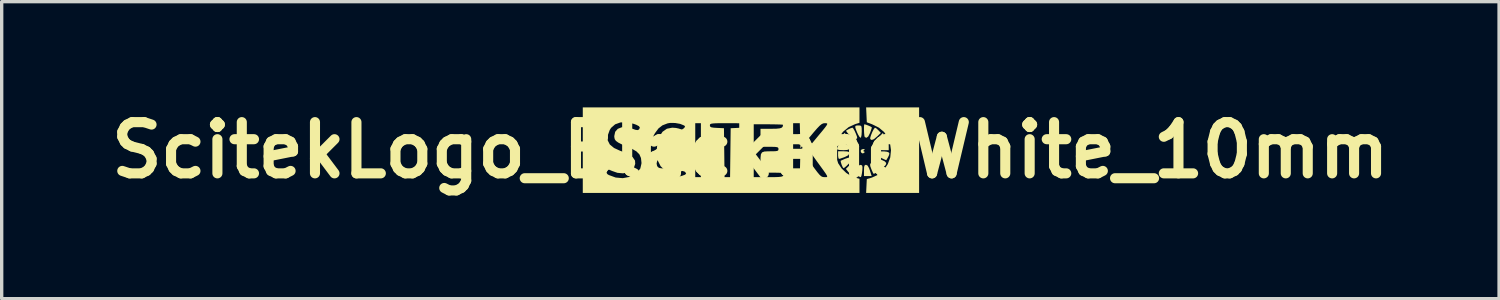
<source format=kicad_pcb>
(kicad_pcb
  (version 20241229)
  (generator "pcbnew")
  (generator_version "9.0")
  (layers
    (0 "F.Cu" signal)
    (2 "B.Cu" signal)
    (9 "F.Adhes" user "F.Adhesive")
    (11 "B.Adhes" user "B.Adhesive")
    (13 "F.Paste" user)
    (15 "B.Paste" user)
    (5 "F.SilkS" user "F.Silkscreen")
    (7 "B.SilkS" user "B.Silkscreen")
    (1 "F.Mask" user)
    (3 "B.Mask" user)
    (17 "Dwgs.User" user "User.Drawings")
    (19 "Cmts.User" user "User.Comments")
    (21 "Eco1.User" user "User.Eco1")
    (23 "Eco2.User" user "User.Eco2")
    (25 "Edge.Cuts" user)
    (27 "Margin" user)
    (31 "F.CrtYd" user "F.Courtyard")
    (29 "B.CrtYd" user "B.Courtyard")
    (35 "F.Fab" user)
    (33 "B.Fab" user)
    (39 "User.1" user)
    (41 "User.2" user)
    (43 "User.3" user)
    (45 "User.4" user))
  (footprint "ScitekLogo_BlackandWhite_10mm"
    (layer "F.Cu")
    (at 19.275 1.418)
    (property "Reference" "ScitekLogo_BlackandWhite_10mm" (at 0 0 0) (layer "F.SilkS") (effects (font (size 1.524 1.524) (thickness 0.3))))
    (attr board_only exclude_from_pos_files exclude_from_bom)
    (fp_poly (pts (xy 3.488 0.459) (xy 3.531 0.536) (xy 3.555 0.602) (xy 3.608 0.77) (xy 3.38 0.77) (xy 3.38 0.602) (xy 3.384 0.501) (xy 3.4 0.451) (xy 3.433 0.435) (xy 3.441 0.435)) (stroke (width 0) (type solid)) (fill yes) (layer "F.SilkS"))
    (fp_poly (pts (xy 3.404 -0.028) (xy 3.392 -0.008) (xy 3.38 0) (xy 3.351 0.027) (xy 3.374 0.033) (xy 3.401 0.052) (xy 3.397 0.067) (xy 3.348 0.099) (xy 3.302 0.078) (xy 3.279 0.022) (xy 3.309 -0.022) (xy 3.355 -0.033)) (stroke (width 0) (type solid)) (fill yes) (layer "F.SilkS"))
    (fp_poly (pts (xy 4.1 -0.214) (xy 4.114 -0.178) (xy 4.116 -0.119) (xy 4.116 0) (xy 3.954 0) (xy 3.855 -0.004) (xy 3.786 -0.015) (xy 3.77 -0.022) (xy 3.75 -0.067) (xy 3.787 -0.11) (xy 3.86 -0.146) (xy 3.985 -0.197) (xy 4.061 -0.22)) (stroke (width 0) (type solid)) (fill yes) (layer "F.SilkS"))
    (fp_poly (pts (xy 2.879 0.038) (xy 2.93 0.053) (xy 2.945 0.087) (xy 2.945 0.094) (xy 2.912 0.151) (xy 2.819 0.199) (xy 2.728 0.232) (xy 2.661 0.256) (xy 2.652 0.259) (xy 2.622 0.245) (xy 2.61 0.17) (xy 2.61 0.154) (xy 2.61 0.033) (xy 2.778 0.033)) (stroke (width 0) (type solid)) (fill yes) (layer "F.SilkS"))
    (fp_poly (pts (xy 3.117 0.359) (xy 3.136 0.402) (xy 3.124 0.474) (xy 3.098 0.55) (xy 3.059 0.643) (xy 3.024 0.706) (xy 3.012 0.719) (xy 2.975 0.708) (xy 2.921 0.657) (xy 2.913 0.647) (xy 2.842 0.556) (xy 2.96 0.438) (xy 3.037 0.368) (xy 3.088 0.346)) (stroke (width 0) (type solid)) (fill yes) (layer "F.SilkS"))
    (fp_poly (pts (xy 3.314 0.448) (xy 3.328 0.465) (xy 3.335 0.512) (xy 3.331 0.593) (xy 3.32 0.684) (xy 3.304 0.761) (xy 3.287 0.8) (xy 3.283 0.802) (xy 3.241 0.788) (xy 3.172 0.76) (xy 3.081 0.719) (xy 3.145 0.577) (xy 3.203 0.481) (xy 3.262 0.436)) (stroke (width 0) (type solid)) (fill yes) (layer "F.SilkS"))
    (fp_poly (pts (xy 3.749 -0.647) (xy 3.807 -0.594) (xy 3.809 -0.592) (xy 3.882 -0.515) (xy 3.771 -0.408) (xy 3.676 -0.328) (xy 3.609 -0.303) (xy 3.566 -0.331) (xy 3.568 -0.376) (xy 3.592 -0.454) (xy 3.629 -0.544) (xy 3.669 -0.622) (xy 3.703 -0.666) (xy 3.71 -0.669)) (stroke (width 0) (type solid)) (fill yes) (layer "F.SilkS"))
    (fp_poly (pts (xy 3.829 0.262) (xy 3.896 0.285) (xy 4.001 0.335) (xy 4.043 0.384) (xy 4.026 0.439) (xy 3.988 0.48) (xy 3.942 0.519) (xy 3.907 0.528) (xy 3.865 0.501) (xy 3.796 0.434) (xy 3.781 0.418) (xy 3.709 0.328) (xy 3.694 0.27) (xy 3.735 0.248)) (stroke (width 0) (type solid)) (fill yes) (layer "F.SilkS"))
    (fp_poly (pts (xy 2.925 -0.399) (xy 3.005 -0.313) (xy 3.031 -0.25) (xy 3.027 -0.226) (xy 3.009 -0.187) (xy 2.982 -0.174) (xy 2.931 -0.189) (xy 2.839 -0.233) (xy 2.819 -0.243) (xy 2.736 -0.289) (xy 2.685 -0.326) (xy 2.677 -0.338) (xy 2.696 -0.378) (xy 2.739 -0.437) (xy 2.8 -0.513)) (stroke (width 0) (type solid)) (fill yes) (layer "F.SilkS"))
    (fp_poly (pts (xy 3.996 -0.408) (xy 4.032 -0.335) (xy 4.049 -0.292) (xy 4.049 -0.29) (xy 4.022 -0.27) (xy 3.954 -0.238) (xy 3.87 -0.204) (xy 3.793 -0.177) (xy 3.749 -0.167) (xy 3.705 -0.192) (xy 3.696 -0.204) (xy 3.705 -0.246) (xy 3.753 -0.316) (xy 3.808 -0.376) (xy 3.942 -0.511)) (stroke (width 0) (type solid)) (fill yes) (layer "F.SilkS"))
    (fp_poly (pts (xy 3.27 -0.733) (xy 3.3 -0.713) (xy 3.311 -0.659) (xy 3.313 -0.555) (xy 3.313 -0.552) (xy 3.307 -0.448) (xy 3.292 -0.382) (xy 3.278 -0.368) (xy 3.246 -0.396) (xy 3.203 -0.468) (xy 3.178 -0.521) (xy 3.133 -0.633) (xy 3.118 -0.698) (xy 3.136 -0.728) (xy 3.189 -0.736) (xy 3.213 -0.736)) (stroke (width 0) (type solid)) (fill yes) (layer "F.SilkS"))
    (fp_poly (pts (xy 2.728 -0.223) (xy 2.809 -0.194) (xy 2.84 -0.182) (xy 2.925 -0.14) (xy 2.956 -0.099) (xy 2.954 -0.065) (xy 2.933 -0.026) (xy 2.884 -0.007) (xy 2.789 -0.000201) (xy 2.757 0) (xy 2.657 -0.005) (xy 2.592 -0.019) (xy 2.577 -0.032) (xy 2.591 -0.092) (xy 2.624 -0.163) (xy 2.661 -0.219) (xy 2.682 -0.234)) (stroke (width 0) (type solid)) (fill yes) (layer "F.SilkS"))
    (fp_poly (pts (xy 3.064 -0.642) (xy 3.102 -0.574) (xy 3.14 -0.488) (xy 3.17 -0.409) (xy 3.179 -0.362) (xy 3.153 -0.334) (xy 3.133 -0.324) (xy 3.085 -0.337) (xy 3.012 -0.388) (xy 2.96 -0.437) (xy 2.892 -0.511) (xy 2.852 -0.564) (xy 2.847 -0.58) (xy 2.899 -0.613) (xy 2.971 -0.648) (xy 3.03 -0.668) (xy 3.039 -0.669)) (stroke (width 0) (type solid)) (fill yes) (layer "F.SilkS"))
    (fp_poly (pts (xy 3.441 -0.758) (xy 3.513 -0.731) (xy 3.579 -0.701) (xy 3.614 -0.678) (xy 3.614 -0.676) (xy 3.603 -0.634) (xy 3.575 -0.554) (xy 3.559 -0.511) (xy 3.506 -0.407) (xy 3.452 -0.368) (xy 3.402 -0.39) (xy 3.392 -0.43) (xy 3.384 -0.509) (xy 3.38 -0.605) (xy 3.38 -0.695) (xy 3.385 -0.756) (xy 3.392 -0.77)) (stroke (width 0) (type solid)) (fill yes) (layer "F.SilkS"))
    (fp_poly (pts (xy 3.664 0.37) (xy 3.721 0.43) (xy 3.744 0.457) (xy 3.804 0.534) (xy 3.842 0.59) (xy 3.848 0.605) (xy 3.822 0.629) (xy 3.764 0.664) (xy 3.701 0.693) (xy 3.666 0.703) (xy 3.648 0.675) (xy 3.616 0.604) (xy 3.599 0.564) (xy 3.567 0.473) (xy 3.564 0.419) (xy 3.588 0.38) (xy 3.591 0.377) (xy 3.625 0.355)) (stroke (width 0) (type solid)) (fill yes) (layer "F.SilkS"))
    (fp_poly (pts (xy 2.978 0.225) (xy 3.001 0.239) (xy 3.021 0.27) (xy 3.006 0.313) (xy 2.948 0.381) (xy 2.923 0.407) (xy 2.849 0.479) (xy 2.793 0.525) (xy 2.774 0.535) (xy 2.748 0.507) (xy 2.717 0.439) (xy 2.714 0.43) (xy 2.691 0.356) (xy 2.685 0.317) (xy 2.685 0.316) (xy 2.719 0.3) (xy 2.792 0.268) (xy 2.824 0.254) (xy 2.919 0.223)) (stroke (width 0) (type solid)) (fill yes) (layer "F.SilkS"))
    (fp_poly (pts (xy 4.062 0.046) (xy 4.111 0.063) (xy 4.136 0.093) (xy 4.126 0.145) (xy 4.102 0.196) (xy 4.064 0.265) (xy 4.042 0.298) (xy 4.04 0.298) (xy 4.008 0.284) (xy 3.936 0.251) (xy 3.899 0.233) (xy 3.818 0.188) (xy 3.772 0.148) (xy 3.768 0.136) (xy 3.776 0.07) (xy 3.777 0.067) (xy 3.809 0.047) (xy 3.884 0.036) (xy 3.976 0.036)) (stroke (width 0) (type solid)) (fill yes) (layer "F.SilkS"))
    (fp_poly (pts (xy 5.02 1.272) (xy 3.444 1.272) (xy 3.454 1.066) (xy 3.464 0.86) (xy 3.614 0.816) (xy 3.81 0.726) (xy 3.97 0.589) (xy 4.089 0.414) (xy 4.162 0.215) (xy 4.184 0.001) (xy 4.153 -0.216) (xy 4.096 -0.362) (xy 3.982 -0.536) (xy 3.828 -0.668) (xy 3.625 -0.769) (xy 3.464 -0.83) (xy 3.454 -1.051) (xy 3.444 -1.272) (xy 5.02 -1.272)) (stroke (width 0) (type solid)) (fill yes) (layer "F.SilkS"))
    (fp_poly (pts (xy 3.246 -0.814) (xy 3.118 -0.775) (xy 2.924 -0.686) (xy 2.756 -0.548) (xy 2.632 -0.378) (xy 2.628 -0.37) (xy 2.562 -0.177) (xy 2.54 0.037) (xy 2.563 0.246) (xy 2.613 0.391) (xy 2.714 0.543) (xy 2.854 0.678) (xy 3.011 0.777) (xy 3.104 0.812) (xy 3.246 0.851) (xy 3.246 1.272) (xy -4.986 1.272) (xy -4.986 0.669) (xy -4.28 0.669) (xy -4.255 0.712) (xy -4.21 0.74) (xy -4.008 0.814) (xy -3.797 0.833) (xy -3.636 0.803) (xy -1.64 0.803) (xy -1.472 0.803) (xy -1.472 -0.738) (xy -1.205 -0.738) (xy -1.196 -0.701) (xy -1.161 -0.68) (xy -1.085 -0.668) (xy -0.996 -0.663) (xy -0.786 -0.653) (xy -0.777 0.075) (xy -0.768 0.803) (xy -0.604 0.803) (xy 0.1 0.803) (xy 0.532 0.803) (xy 1.272 0.803) (xy 1.47 0.803) (xy 1.48 0.38) (xy 1.489 -0.043) (xy 1.79 0.379) (xy 1.906 0.54) (xy 1.992 0.654) (xy 2.055 0.729) (xy 2.103 0.774) (xy 2.145 0.795) (xy 2.188 0.802) (xy 2.202 0.802) (xy 2.247 0.803) (xy 2.276 0.8) (xy 2.287 0.786) (xy 2.276 0.753) (xy 2.24 0.694) (xy 2.174 0.6) (xy 2.076 0.465) (xy 1.984 0.339) (xy 1.873 0.184) (xy 1.798 0.074) (xy 1.754 -0.002) (xy 1.737 -0.052) (xy 1.741 -0.085) (xy 1.748 -0.096) (xy 1.786 -0.144) (xy 1.856 -0.229) (xy 1.947 -0.339) (xy 2.026 -0.435) (xy 2.146 -0.579) (xy 2.227 -0.68) (xy 2.273 -0.745) (xy 2.289 -0.782) (xy 2.277 -0.798) (xy 2.243 -0.803) (xy 2.212 -0.803) (xy 2.166 -0.797) (xy 2.119 -0.774) (xy 2.061 -0.727) (xy 1.984 -0.647) (xy 1.879 -0.526) (xy 1.8 -0.431) (xy 1.489 -0.06) (xy 1.48 -0.431) (xy 1.47 -0.803) (xy 1.272 -0.803) (xy 1.272 0.803) (xy 0.532 0.803) (xy 0.713 0.802) (xy 0.838 0.798) (xy 0.918 0.789) (xy 0.962 0.774) (xy 0.983 0.753) (xy 0.984 0.75) (xy 1.001 0.697) (xy 1.004 0.683) (xy 0.973 0.678) (xy 0.889 0.673) (xy 0.765 0.67) (xy 0.653 0.669) (xy 0.301 0.669) (xy 0.301 0.372) (xy 0.303 0.219) (xy 0.314 0.121) (xy 0.348 0.065) (xy 0.416 0.04) (xy 0.528 0.034) (xy 0.622 0.033) (xy 0.739 0.031) (xy 0.803 0.022) (xy 0.831 0.000317) (xy 0.837 -0.033) (xy 0.831 -0.067) (xy 0.805 -0.087) (xy 0.746 -0.097) (xy 0.639 -0.1) (xy 0.569 -0.1) (xy 0.301 -0.1) (xy 0.301 -0.636) (xy 0.616 -0.636) (xy 0.775 -0.639) (xy 0.879 -0.65) (xy 0.939 -0.673) (xy 0.966 -0.712) (xy 0.97 -0.756) (xy 0.939 -0.761) (xy 0.853 -0.765) (xy 0.725 -0.768) (xy 0.568 -0.77) (xy 0.535 -0.77) (xy 0.1 -0.77) (xy 0.1 0.803) (xy -0.604 0.803) (xy -0.595 0.075) (xy -0.586 -0.653) (xy -0.376 -0.663) (xy -0.261 -0.671) (xy -0.197 -0.685) (xy -0.171 -0.71) (xy -0.167 -0.738) (xy -0.171 -0.763) (xy -0.188 -0.78) (xy -0.228 -0.792) (xy -0.302 -0.799) (xy -0.419 -0.802) (xy -0.588 -0.803) (xy -0.686 -0.803) (xy -0.883 -0.803) (xy -1.022 -0.801) (xy -1.114 -0.795) (xy -1.169 -0.786) (xy -1.196 -0.772) (xy -1.204 -0.75) (xy -1.205 -0.738) (xy -1.472 -0.738) (xy -1.472 -0.803) (xy -1.64 -0.803) (xy -1.64 0.803) (xy -3.636 0.803) (xy -3.595 0.796) (xy -3.515 0.761) (xy -3.364 0.661) (xy -3.274 0.544) (xy -3.241 0.401) (xy -3.24 0.37) (xy -3.255 0.233) (xy -3.302 0.125) (xy -3.39 0.036) (xy -3.423 0.017) (xy -2.96 0.017) (xy -2.956 0.182) (xy -2.942 0.3) (xy -2.916 0.392) (xy -2.888 0.452) (xy -2.761 0.631) (xy -2.601 0.76) (xy -2.594 0.764) (xy -2.506 0.79) (xy -2.377 0.8) (xy -2.231 0.797) (xy -2.093 0.778) (xy -2.037 0.764) (xy -1.944 0.73) (xy -1.912 0.697) (xy -1.934 0.657) (xy -1.954 0.639) (xy -2.018 0.618) (xy -2.09 0.635) (xy -2.257 0.668) (xy -2.425 0.649) (xy -2.547 0.594) (xy -2.67 0.477) (xy -2.749 0.321) (xy -2.785 0.119) (xy -2.788 0.019) (xy -2.766 -0.217) (xy -2.707 -0.407) (xy -2.612 -0.549) (xy -2.484 -0.638) (xy -2.326 -0.669) (xy -2.321 -0.669) (xy -2.212 -0.661) (xy -2.122 -0.641) (xy -2.102 -0.633) (xy -2.035 -0.615) (xy -1.979 -0.651) (xy -1.943 -0.696) (xy -1.958 -0.725) (xy -1.974 -0.736) (xy -2.09 -0.783) (xy -2.239 -0.809) (xy -2.386 -0.811) (xy -2.463 -0.798) (xy -2.616 -0.739) (xy -2.734 -0.647) (xy -2.837 -0.508) (xy -2.863 -0.463) (xy -2.911 -0.369) (xy -2.941 -0.286) (xy -2.955 -0.193) (xy -2.96 -0.067) (xy -2.96 0.017) (xy -3.423 0.017) (xy -3.529 -0.045) (xy -3.655 -0.1) (xy -3.82 -0.17) (xy -3.931 -0.226) (xy -4 -0.276) (xy -4.036 -0.328) (xy -4.048 -0.391) (xy -4.049 -0.422) (xy -4.022 -0.547) (xy -3.945 -0.635) (xy -3.828 -0.681) (xy -3.68 -0.683) (xy -3.522 -0.642) (xy -3.417 -0.606) (xy -3.356 -0.597) (xy -3.319 -0.613) (xy -3.311 -0.621) (xy -3.288 -0.67) (xy -3.314 -0.713) (xy -3.395 -0.756) (xy -3.47 -0.783) (xy -3.679 -0.831) (xy -3.867 -0.825) (xy -4.024 -0.769) (xy -4.144 -0.664) (xy -4.185 -0.599) (xy -4.245 -0.434) (xy -4.244 -0.291) (xy -4.182 -0.169) (xy -4.056 -0.065) (xy -3.866 0.022) (xy -3.832 0.033) (xy -3.634 0.115) (xy -3.501 0.208) (xy -3.432 0.31) (xy -3.426 0.408) (xy -3.467 0.526) (xy -3.543 0.607) (xy -3.644 0.66) (xy -3.788 0.689) (xy -3.955 0.674) (xy -4.121 0.616) (xy -4.129 0.612) (xy -4.2 0.582) (xy -4.239 0.589) (xy -4.254 0.608) (xy -4.28 0.669) (xy -4.986 0.669) (xy -4.986 -1.272) (xy 3.246 -1.272)) (stroke (width 0) (type solid)) (fill yes) (layer "F.SilkS")))
  (gr_rect
    (start -3 -3)
    (end 41.55 5.836)
    (stroke (width 0.1) (type default))
    (fill no)
    (layer "Edge.Cuts")))
</source>
